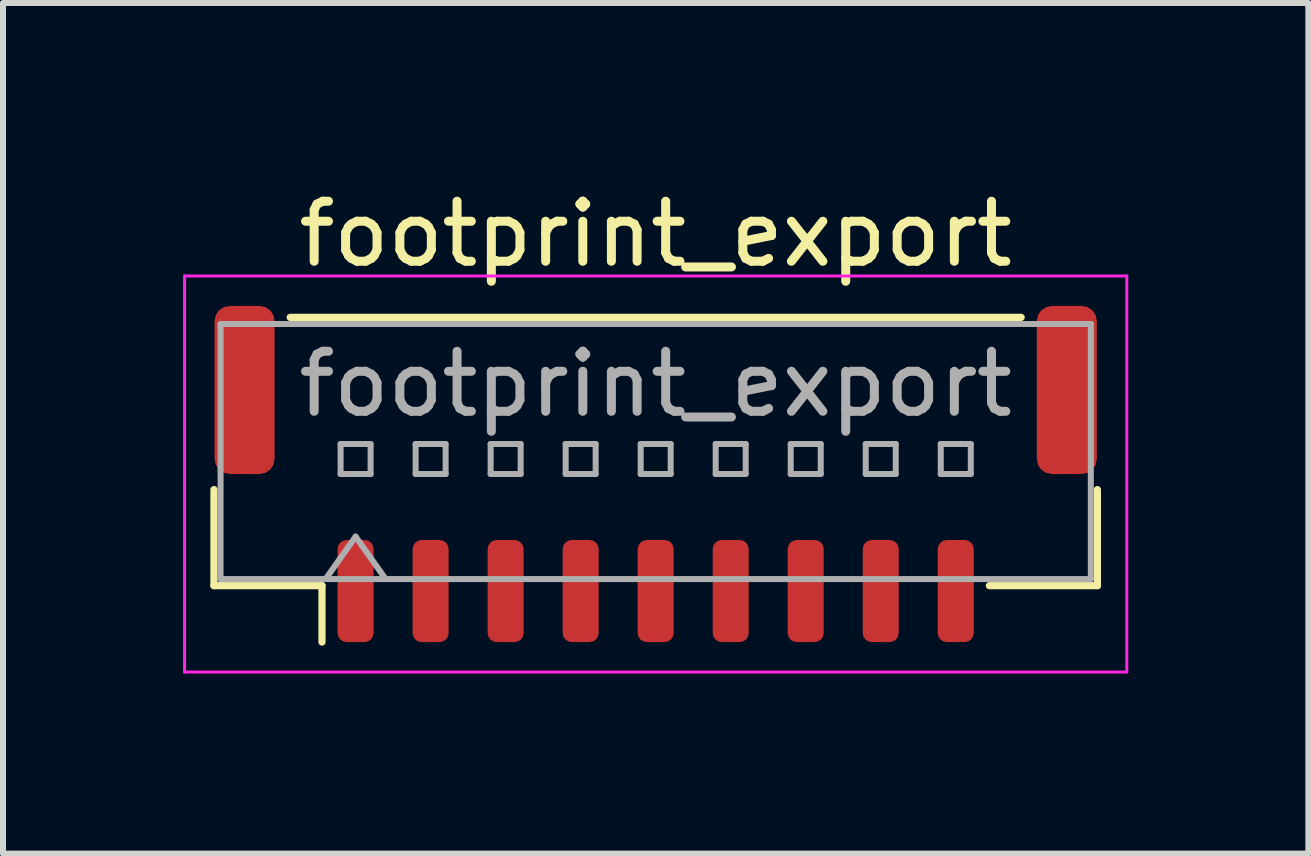
<source format=kicad_pcb>
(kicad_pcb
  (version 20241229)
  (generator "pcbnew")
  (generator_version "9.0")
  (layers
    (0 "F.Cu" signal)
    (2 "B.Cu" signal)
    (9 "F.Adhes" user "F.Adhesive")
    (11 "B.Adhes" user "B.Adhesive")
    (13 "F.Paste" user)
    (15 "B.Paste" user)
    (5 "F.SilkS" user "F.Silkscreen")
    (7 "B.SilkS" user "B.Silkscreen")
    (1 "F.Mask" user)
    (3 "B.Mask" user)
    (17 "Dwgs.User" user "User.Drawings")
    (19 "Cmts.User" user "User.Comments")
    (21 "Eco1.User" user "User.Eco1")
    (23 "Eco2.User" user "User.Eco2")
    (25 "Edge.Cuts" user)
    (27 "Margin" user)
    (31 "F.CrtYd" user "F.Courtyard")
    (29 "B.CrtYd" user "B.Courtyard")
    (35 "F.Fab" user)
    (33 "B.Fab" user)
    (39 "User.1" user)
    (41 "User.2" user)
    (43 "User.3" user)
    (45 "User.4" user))
  (footprint "footprint_export"
    (layer "F.Cu")
    (at 7.875 4.848)
    (property "Reference" "footprint_export" (at 0 -4 0) (layer "F.SilkS") (effects (font (size 1 1) (thickness 0.15))))
    (attr smd)
    (fp_line (start -7.36 0.26) (end -7.36 1.86) (stroke (width 0.12) (type solid)) (layer "F.SilkS"))
    (fp_line (start -7.36 1.86) (end -5.56 1.86) (stroke (width 0.12) (type solid)) (layer "F.SilkS"))
    (fp_line (start -6.09 -2.61) (end 6.09 -2.61) (stroke (width 0.12) (type solid)) (layer "F.SilkS"))
    (fp_line (start -5.56 1.86) (end -5.56 2.8) (stroke (width 0.12) (type solid)) (layer "F.SilkS"))
    (fp_line (start 7.36 0.26) (end 7.36 1.86) (stroke (width 0.12) (type solid)) (layer "F.SilkS"))
    (fp_line (start 7.36 1.86) (end 5.56 1.86) (stroke (width 0.12) (type solid)) (layer "F.SilkS"))
    (fp_line (start -7.85 -3.3) (end -7.85 3.3) (stroke (width 0.05) (type solid)) (layer "F.CrtYd"))
    (fp_line (start -7.85 3.3) (end 7.85 3.3) (stroke (width 0.05) (type solid)) (layer "F.CrtYd"))
    (fp_line (start 7.85 -3.3) (end -7.85 -3.3) (stroke (width 0.05) (type solid)) (layer "F.CrtYd"))
    (fp_line (start 7.85 3.3) (end 7.85 -3.3) (stroke (width 0.05) (type solid)) (layer "F.CrtYd"))
    (fp_line (start -7.25 -2.5) (end 7.25 -2.5) (stroke (width 0.1) (type solid)) (layer "F.Fab"))
    (fp_line (start -7.25 1.75) (end -7.25 -2.5) (stroke (width 0.1) (type solid)) (layer "F.Fab"))
    (fp_line (start -7.25 1.75) (end 7.25 1.75) (stroke (width 0.1) (type solid)) (layer "F.Fab"))
    (fp_line (start -5.5 1.75) (end -5 1.043) (stroke (width 0.1) (type solid)) (layer "F.Fab"))
    (fp_line (start -5.25 -0.5) (end -5.25 0) (stroke (width 0.1) (type solid)) (layer "F.Fab"))
    (fp_line (start -5.25 0) (end -4.75 0) (stroke (width 0.1) (type solid)) (layer "F.Fab"))
    (fp_line (start -5 1.043) (end -4.5 1.75) (stroke (width 0.1) (type solid)) (layer "F.Fab"))
    (fp_line (start -4.75 -0.5) (end -5.25 -0.5) (stroke (width 0.1) (type solid)) (layer "F.Fab"))
    (fp_line (start -4.75 0) (end -4.75 -0.5) (stroke (width 0.1) (type solid)) (layer "F.Fab"))
    (fp_line (start -4 -0.5) (end -4 0) (stroke (width 0.1) (type solid)) (layer "F.Fab"))
    (fp_line (start -4 0) (end -3.5 0) (stroke (width 0.1) (type solid)) (layer "F.Fab"))
    (fp_line (start -3.5 -0.5) (end -4 -0.5) (stroke (width 0.1) (type solid)) (layer "F.Fab"))
    (fp_line (start -3.5 0) (end -3.5 -0.5) (stroke (width 0.1) (type solid)) (layer "F.Fab"))
    (fp_line (start -2.75 -0.5) (end -2.75 0) (stroke (width 0.1) (type solid)) (layer "F.Fab"))
    (fp_line (start -2.75 0) (end -2.25 0) (stroke (width 0.1) (type solid)) (layer "F.Fab"))
    (fp_line (start -2.25 -0.5) (end -2.75 -0.5) (stroke (width 0.1) (type solid)) (layer "F.Fab"))
    (fp_line (start -2.25 0) (end -2.25 -0.5) (stroke (width 0.1) (type solid)) (layer "F.Fab"))
    (fp_line (start -1.5 -0.5) (end -1.5 0) (stroke (width 0.1) (type solid)) (layer "F.Fab"))
    (fp_line (start -1.5 0) (end -1 0) (stroke (width 0.1) (type solid)) (layer "F.Fab"))
    (fp_line (start -1 -0.5) (end -1.5 -0.5) (stroke (width 0.1) (type solid)) (layer "F.Fab"))
    (fp_line (start -1 0) (end -1 -0.5) (stroke (width 0.1) (type solid)) (layer "F.Fab"))
    (fp_line (start -0.25 -0.5) (end -0.25 0) (stroke (width 0.1) (type solid)) (layer "F.Fab"))
    (fp_line (start -0.25 0) (end 0.25 0) (stroke (width 0.1) (type solid)) (layer "F.Fab"))
    (fp_line (start 0.25 -0.5) (end -0.25 -0.5) (stroke (width 0.1) (type solid)) (layer "F.Fab"))
    (fp_line (start 0.25 0) (end 0.25 -0.5) (stroke (width 0.1) (type solid)) (layer "F.Fab"))
    (fp_line (start 1 -0.5) (end 1 0) (stroke (width 0.1) (type solid)) (layer "F.Fab"))
    (fp_line (start 1 0) (end 1.5 0) (stroke (width 0.1) (type solid)) (layer "F.Fab"))
    (fp_line (start 1.5 -0.5) (end 1 -0.5) (stroke (width 0.1) (type solid)) (layer "F.Fab"))
    (fp_line (start 1.5 0) (end 1.5 -0.5) (stroke (width 0.1) (type solid)) (layer "F.Fab"))
    (fp_line (start 2.25 -0.5) (end 2.25 0) (stroke (width 0.1) (type solid)) (layer "F.Fab"))
    (fp_line (start 2.25 0) (end 2.75 0) (stroke (width 0.1) (type solid)) (layer "F.Fab"))
    (fp_line (start 2.75 -0.5) (end 2.25 -0.5) (stroke (width 0.1) (type solid)) (layer "F.Fab"))
    (fp_line (start 2.75 0) (end 2.75 -0.5) (stroke (width 0.1) (type solid)) (layer "F.Fab"))
    (fp_line (start 3.5 -0.5) (end 3.5 0) (stroke (width 0.1) (type solid)) (layer "F.Fab"))
    (fp_line (start 3.5 0) (end 4 0) (stroke (width 0.1) (type solid)) (layer "F.Fab"))
    (fp_line (start 4 -0.5) (end 3.5 -0.5) (stroke (width 0.1) (type solid)) (layer "F.Fab"))
    (fp_line (start 4 0) (end 4 -0.5) (stroke (width 0.1) (type solid)) (layer "F.Fab"))
    (fp_line (start 4.75 -0.5) (end 4.75 0) (stroke (width 0.1) (type solid)) (layer "F.Fab"))
    (fp_line (start 4.75 0) (end 5.25 0) (stroke (width 0.1) (type solid)) (layer "F.Fab"))
    (fp_line (start 5.25 -0.5) (end 4.75 -0.5) (stroke (width 0.1) (type solid)) (layer "F.Fab"))
    (fp_line (start 5.25 0) (end 5.25 -0.5) (stroke (width 0.1) (type solid)) (layer "F.Fab"))
    (fp_line (start 7.25 1.75) (end 7.25 -2.5) (stroke (width 0.1) (type solid)) (layer "F.Fab"))
    (fp_text user "${REFERENCE}" (at 0 -1.5 0) (layer "F.Fab") (effects (font (size 1 1) (thickness 0.15))))
    (pad "1" smd roundrect (at -5 1.95) (size 0.6 1.7) (layers "F.Cu" "F.Mask" "F.Paste") (roundrect_rratio 0.25))
    (pad "2" smd roundrect (at -3.75 1.95) (size 0.6 1.7) (layers "F.Cu" "F.Mask" "F.Paste") (roundrect_rratio 0.25))
    (pad "3" smd roundrect (at -2.5 1.95) (size 0.6 1.7) (layers "F.Cu" "F.Mask" "F.Paste") (roundrect_rratio 0.25))
    (pad "4" smd roundrect (at -1.25 1.95) (size 0.6 1.7) (layers "F.Cu" "F.Mask" "F.Paste") (roundrect_rratio 0.25))
    (pad "5" smd roundrect (at 0 1.95) (size 0.6 1.7) (layers "F.Cu" "F.Mask" "F.Paste") (roundrect_rratio 0.25))
    (pad "6" smd roundrect (at 1.25 1.95) (size 0.6 1.7) (layers "F.Cu" "F.Mask" "F.Paste") (roundrect_rratio 0.25))
    (pad "7" smd roundrect (at 2.5 1.95) (size 0.6 1.7) (layers "F.Cu" "F.Mask" "F.Paste") (roundrect_rratio 0.25))
    (pad "8" smd roundrect (at 3.75 1.95) (size 0.6 1.7) (layers "F.Cu" "F.Mask" "F.Paste") (roundrect_rratio 0.25))
    (pad "9" smd roundrect (at 5 1.95) (size 0.6 1.7) (layers "F.Cu" "F.Mask" "F.Paste") (roundrect_rratio 0.25))
    (pad "MP" smd roundrect (at -6.85 -1.4) (size 1 2.8) (layers "F.Cu" "F.Mask" "F.Paste") (roundrect_rratio 0.25))
    (pad "MP" smd roundrect (at 6.85 -1.4) (size 1 2.8) (layers "F.Cu" "F.Mask" "F.Paste") (roundrect_rratio 0.25)))
  (gr_rect
    (start -3 -3)
    (end 18.75 11.173)
    (stroke (width 0.1) (type default))
    (fill no)
    (layer "Edge.Cuts")))
</source>
